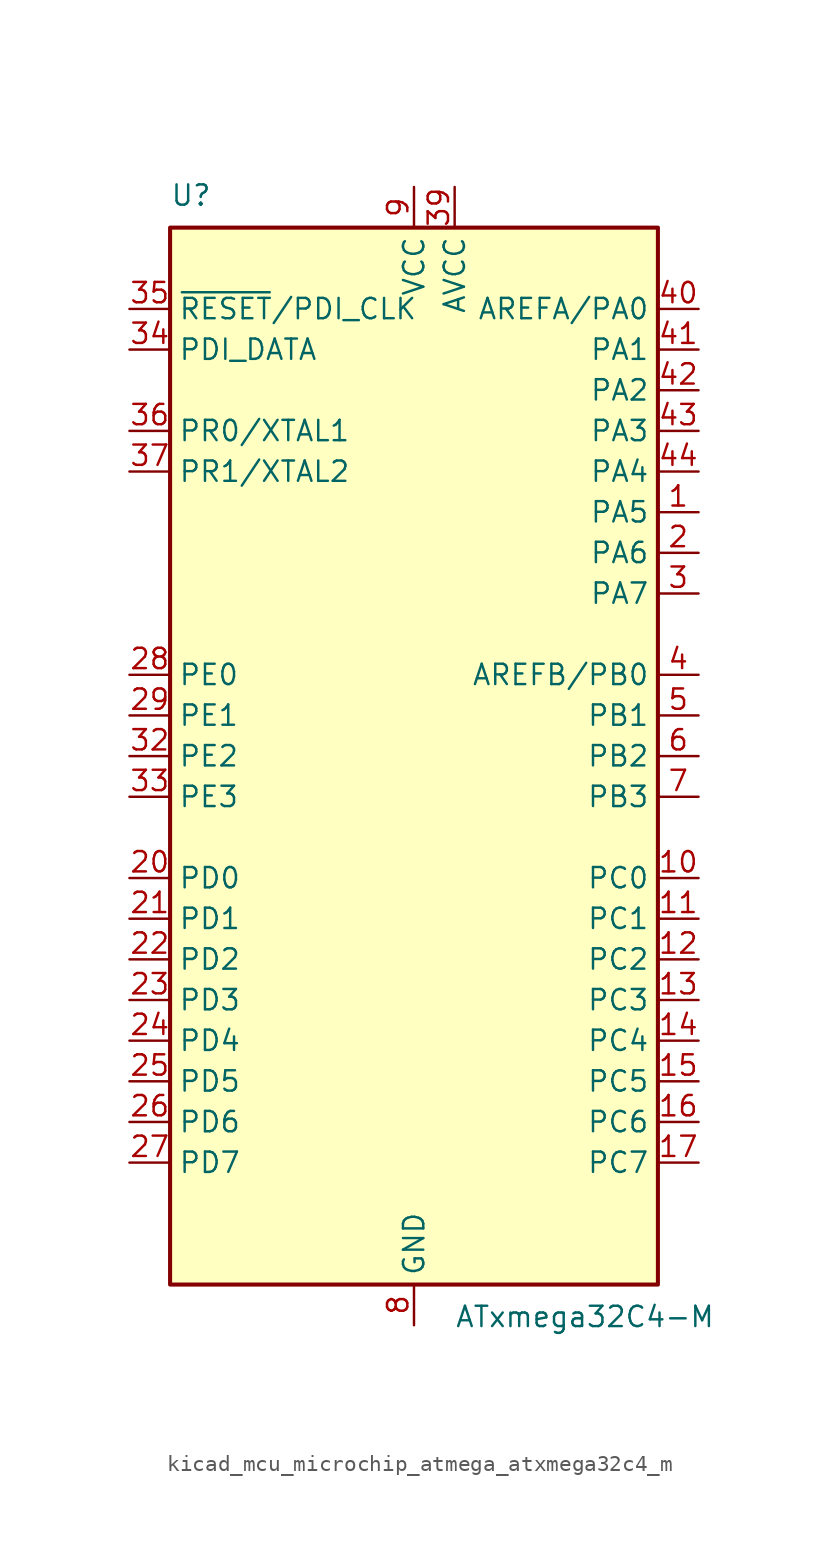
<source format=kicad_sym>
(kicad_symbol_lib
  (version 20220914)
  (generator kicad_symbol_editor)
  (symbol "kicad_mcu_microchip_atmega_atxmega32c4_m"
    (property "Reference" "U"
      (at -15.24 34.29 0)
      (effects (font (size 1.27 1.27)) (justify left bottom)))
    (property "Value" "ATxmega32C4-M"
      (at 2.54 -34.29 0)
      (effects (font (size 1.27 1.27)) (justify left top)))
    (symbol "kicad_mcu_microchip_atmega_atxmega32c4_m_0_1"
      (rectangle (start -15.24 -33.02) (end 15.24 33.02) (stroke (width 0.254) (type default)) (fill (type background))))
    (symbol "kicad_mcu_microchip_atmega_atxmega32c4_m_1_1"
      (pin bidirectional line (at 17.78 15.24 180) (length 2.54) (name "PA5" (effects (font (size 1.27 1.27)))) (number "1" (effects (font (size 1.27 1.27)))))
      (pin bidirectional line (at 17.78 -7.62 180) (length 2.54) (name "PC0" (effects (font (size 1.27 1.27)))) (number "10" (effects (font (size 1.27 1.27)))))
      (pin bidirectional line (at 17.78 -10.16 180) (length 2.54) (name "PC1" (effects (font (size 1.27 1.27)))) (number "11" (effects (font (size 1.27 1.27)))))
      (pin bidirectional line (at 17.78 -12.7 180) (length 2.54) (name "PC2" (effects (font (size 1.27 1.27)))) (number "12" (effects (font (size 1.27 1.27)))))
      (pin bidirectional line (at 17.78 -15.24 180) (length 2.54) (name "PC3" (effects (font (size 1.27 1.27)))) (number "13" (effects (font (size 1.27 1.27)))))
      (pin bidirectional line (at 17.78 -17.78 180) (length 2.54) (name "PC4" (effects (font (size 1.27 1.27)))) (number "14" (effects (font (size 1.27 1.27)))))
      (pin bidirectional line (at 17.78 -20.32 180) (length 2.54) (name "PC5" (effects (font (size 1.27 1.27)))) (number "15" (effects (font (size 1.27 1.27)))))
      (pin bidirectional line (at 17.78 -22.86 180) (length 2.54) (name "PC6" (effects (font (size 1.27 1.27)))) (number "16" (effects (font (size 1.27 1.27)))))
      (pin bidirectional line (at 17.78 -25.4 180) (length 2.54) (name "PC7" (effects (font (size 1.27 1.27)))) (number "17" (effects (font (size 1.27 1.27)))))
      (pin passive line (at 0 -35.56 90) (length 2.54) hide (name "GND" (effects (font (size 1.27 1.27)))) (number "18" (effects (font (size 1.27 1.27)))))
      (pin passive line (at 0 35.56 270) (length 2.54) hide (name "VCC" (effects (font (size 1.27 1.27)))) (number "19" (effects (font (size 1.27 1.27)))))
      (pin bidirectional line (at 17.78 12.7 180) (length 2.54) (name "PA6" (effects (font (size 1.27 1.27)))) (number "2" (effects (font (size 1.27 1.27)))))
      (pin bidirectional line (at -17.78 -7.62 0) (length 2.54) (name "PD0" (effects (font (size 1.27 1.27)))) (number "20" (effects (font (size 1.27 1.27)))))
      (pin bidirectional line (at -17.78 -10.16 0) (length 2.54) (name "PD1" (effects (font (size 1.27 1.27)))) (number "21" (effects (font (size 1.27 1.27)))))
      (pin bidirectional line (at -17.78 -12.7 0) (length 2.54) (name "PD2" (effects (font (size 1.27 1.27)))) (number "22" (effects (font (size 1.27 1.27)))))
      (pin bidirectional line (at -17.78 -15.24 0) (length 2.54) (name "PD3" (effects (font (size 1.27 1.27)))) (number "23" (effects (font (size 1.27 1.27)))))
      (pin bidirectional line (at -17.78 -17.78 0) (length 2.54) (name "PD4" (effects (font (size 1.27 1.27)))) (number "24" (effects (font (size 1.27 1.27)))))
      (pin bidirectional line (at -17.78 -20.32 0) (length 2.54) (name "PD5" (effects (font (size 1.27 1.27)))) (number "25" (effects (font (size 1.27 1.27)))))
      (pin bidirectional line (at -17.78 -22.86 0) (length 2.54) (name "PD6" (effects (font (size 1.27 1.27)))) (number "26" (effects (font (size 1.27 1.27)))))
      (pin bidirectional line (at -17.78 -25.4 0) (length 2.54) (name "PD7" (effects (font (size 1.27 1.27)))) (number "27" (effects (font (size 1.27 1.27)))))
      (pin bidirectional line (at -17.78 5.08 0) (length 2.54) (name "PE0" (effects (font (size 1.27 1.27)))) (number "28" (effects (font (size 1.27 1.27)))))
      (pin bidirectional line (at -17.78 2.54 0) (length 2.54) (name "PE1" (effects (font (size 1.27 1.27)))) (number "29" (effects (font (size 1.27 1.27)))))
      (pin bidirectional line (at 17.78 10.16 180) (length 2.54) (name "PA7" (effects (font (size 1.27 1.27)))) (number "3" (effects (font (size 1.27 1.27)))))
      (pin passive line (at 0 -35.56 90) (length 2.54) hide (name "GND" (effects (font (size 1.27 1.27)))) (number "30" (effects (font (size 1.27 1.27)))))
      (pin passive line (at 0 35.56 270) (length 2.54) hide (name "VCC" (effects (font (size 1.27 1.27)))) (number "31" (effects (font (size 1.27 1.27)))))
      (pin bidirectional line (at -17.78 0 0) (length 2.54) (name "PE2" (effects (font (size 1.27 1.27)))) (number "32" (effects (font (size 1.27 1.27)))))
      (pin bidirectional line (at -17.78 -2.54 0) (length 2.54) (name "PE3" (effects (font (size 1.27 1.27)))) (number "33" (effects (font (size 1.27 1.27)))))
      (pin bidirectional line (at -17.78 25.4 0) (length 2.54) (name "PDI_DATA" (effects (font (size 1.27 1.27)))) (number "34" (effects (font (size 1.27 1.27)))))
      (pin input line (at -17.78 27.94 0) (length 2.54) (name "~{RESET}/PDI_CLK" (effects (font (size 1.27 1.27)))) (number "35" (effects (font (size 1.27 1.27)))))
      (pin bidirectional line (at -17.78 20.32 0) (length 2.54) (name "PR0/XTAL1" (effects (font (size 1.27 1.27)))) (number "36" (effects (font (size 1.27 1.27)))))
      (pin bidirectional line (at -17.78 17.78 0) (length 2.54) (name "PR1/XTAL2" (effects (font (size 1.27 1.27)))) (number "37" (effects (font (size 1.27 1.27)))))
      (pin passive line (at 0 -35.56 90) (length 2.54) hide (name "GND" (effects (font (size 1.27 1.27)))) (number "38" (effects (font (size 1.27 1.27)))))
      (pin power_in line (at 2.54 35.56 270) (length 2.54) (name "AVCC" (effects (font (size 1.27 1.27)))) (number "39" (effects (font (size 1.27 1.27)))))
      (pin bidirectional line (at 17.78 5.08 180) (length 2.54) (name "AREFB/PB0" (effects (font (size 1.27 1.27)))) (number "4" (effects (font (size 1.27 1.27)))))
      (pin bidirectional line (at 17.78 27.94 180) (length 2.54) (name "AREFA/PA0" (effects (font (size 1.27 1.27)))) (number "40" (effects (font (size 1.27 1.27)))))
      (pin bidirectional line (at 17.78 25.4 180) (length 2.54) (name "PA1" (effects (font (size 1.27 1.27)))) (number "41" (effects (font (size 1.27 1.27)))))
      (pin bidirectional line (at 17.78 22.86 180) (length 2.54) (name "PA2" (effects (font (size 1.27 1.27)))) (number "42" (effects (font (size 1.27 1.27)))))
      (pin bidirectional line (at 17.78 20.32 180) (length 2.54) (name "PA3" (effects (font (size 1.27 1.27)))) (number "43" (effects (font (size 1.27 1.27)))))
      (pin bidirectional line (at 17.78 17.78 180) (length 2.54) (name "PA4" (effects (font (size 1.27 1.27)))) (number "44" (effects (font (size 1.27 1.27)))))
      (pin passive line (at 0 -35.56 90) (length 2.54) hide (name "GND" (effects (font (size 1.27 1.27)))) (number "45" (effects (font (size 1.27 1.27)))))
      (pin bidirectional line (at 17.78 2.54 180) (length 2.54) (name "PB1" (effects (font (size 1.27 1.27)))) (number "5" (effects (font (size 1.27 1.27)))))
      (pin bidirectional line (at 17.78 0 180) (length 2.54) (name "PB2" (effects (font (size 1.27 1.27)))) (number "6" (effects (font (size 1.27 1.27)))))
      (pin bidirectional line (at 17.78 -2.54 180) (length 2.54) (name "PB3" (effects (font (size 1.27 1.27)))) (number "7" (effects (font (size 1.27 1.27)))))
      (pin power_in line (at 0 -35.56 90) (length 2.54) (name "GND" (effects (font (size 1.27 1.27)))) (number "8" (effects (font (size 1.27 1.27)))))
      (pin power_in line (at 0 35.56 270) (length 2.54) (name "VCC" (effects (font (size 1.27 1.27)))) (number "9" (effects (font (size 1.27 1.27))))))))
</source>
